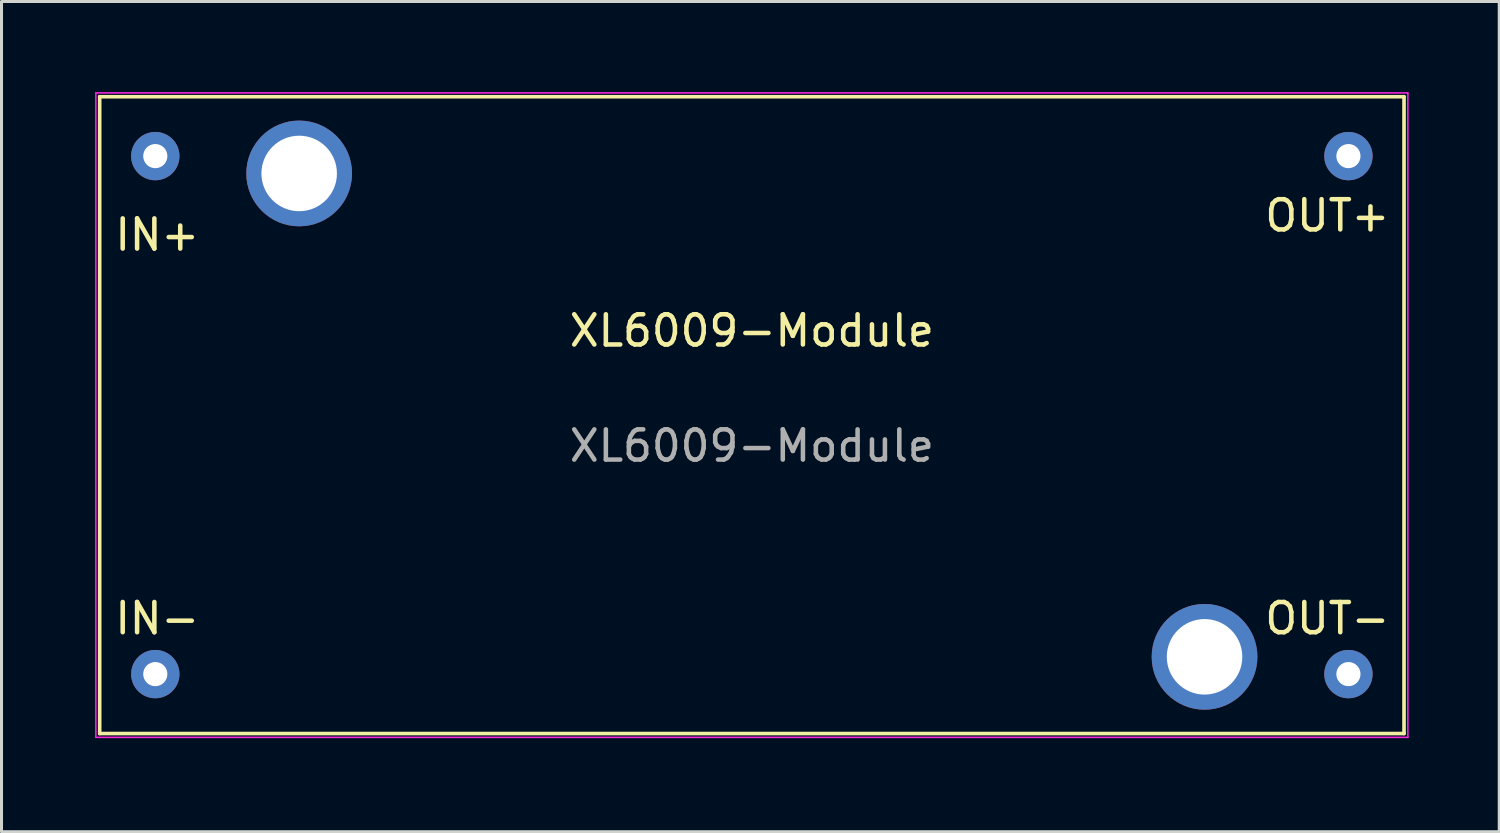
<source format=kicad_pcb>
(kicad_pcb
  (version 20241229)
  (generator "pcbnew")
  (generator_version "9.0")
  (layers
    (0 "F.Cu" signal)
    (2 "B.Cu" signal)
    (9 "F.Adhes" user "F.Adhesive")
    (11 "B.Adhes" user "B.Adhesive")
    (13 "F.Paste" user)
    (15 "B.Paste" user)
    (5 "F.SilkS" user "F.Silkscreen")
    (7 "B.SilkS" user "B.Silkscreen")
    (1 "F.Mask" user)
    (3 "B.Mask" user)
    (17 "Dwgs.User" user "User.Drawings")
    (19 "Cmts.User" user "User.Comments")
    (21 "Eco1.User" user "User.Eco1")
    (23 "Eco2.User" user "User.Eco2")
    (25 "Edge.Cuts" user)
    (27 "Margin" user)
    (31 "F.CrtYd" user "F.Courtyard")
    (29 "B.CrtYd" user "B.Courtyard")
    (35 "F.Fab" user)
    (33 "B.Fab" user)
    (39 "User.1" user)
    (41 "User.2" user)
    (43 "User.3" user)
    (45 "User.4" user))
  (footprint "XL6009-Module"
    (layer "F.Cu")
    (at 0.25 21.234)
    (property "Reference" "XL6009-Module" (at 21.59 -13.335 0) (unlocked yes) (layer "F.SilkS") (effects (font (size 1 1) (thickness 0.15))))
    (attr through_hole)
    (fp_line (start 0 -21.082) (end 43.18 -21.082) (stroke (width 0.12) (type solid)) (layer "F.SilkS"))
    (fp_line (start 0 0) (end 0 -21.082) (stroke (width 0.12) (type solid)) (layer "F.SilkS"))
    (fp_line (start 0 0) (end 43.18 0) (stroke (width 0.12) (type solid)) (layer "F.SilkS"))
    (fp_line (start 43.18 0) (end 43.18 -21.082) (stroke (width 0.12) (type solid)) (layer "F.SilkS"))
    (fp_line (start -0.127 -21.209) (end 43.307 -21.209) (stroke (width 0.05) (type solid)) (layer "F.CrtYd"))
    (fp_line (start -0.127 0.127) (end -0.127 -21.209) (stroke (width 0.05) (type solid)) (layer "F.CrtYd"))
    (fp_line (start 43.307 -21.209) (end 43.307 0.127) (stroke (width 0.05) (type solid)) (layer "F.CrtYd"))
    (fp_line (start 43.307 0.127) (end -0.127 0.127) (stroke (width 0.05) (type solid)) (layer "F.CrtYd"))
    (fp_text user "OUT+" (at 40.64 -17.145 0) (unlocked yes) (layer "F.SilkS") (effects (font (size 1 1) (thickness 0.15))))
    (fp_text user "IN-" (at 1.905 -3.81 0) (unlocked yes) (layer "F.SilkS") (effects (font (size 1 1) (thickness 0.15))))
    (fp_text user "IN+" (at 1.905 -16.51 0) (unlocked yes) (layer "F.SilkS") (effects (font (size 1 1) (thickness 0.15))))
    (fp_text user "OUT-" (at 40.64 -3.81 0) (unlocked yes) (layer "F.SilkS") (effects (font (size 1 1) (thickness 0.15))))
    (fp_text user "${REFERENCE}" (at 21.59 -9.525 0) (unlocked yes) (layer "F.Fab") (effects (font (size 1 1) (thickness 0.15))))
    (pad "1" thru_hole circle (at 1.841 -19.116) (size 1.6 1.6) (drill 0.8) (layers "*.Cu" "*.Mask"))
    (pad "2" thru_hole circle (at 1.841 -1.968) (size 1.6 1.6) (drill 0.8) (layers "*.Cu" "*.Mask"))
    (pad "3" thru_hole circle (at 41.339 -1.968) (size 1.6 1.6) (drill 0.8) (layers "*.Cu" "*.Mask"))
    (pad "4" thru_hole circle (at 41.339 -19.116) (size 1.6 1.6) (drill 0.8) (layers "*.Cu" "*.Mask"))
    (pad "5" thru_hole circle (at 6.604 -18.542) (size 3.5 3.5) (drill 2.5) (layers "*.Cu" "*.Mask"))
    (pad "6" thru_hole circle (at 36.576 -2.54) (size 3.5 3.5) (drill 2.5) (layers "*.Cu" "*.Mask")))
  (gr_rect
    (start -3 -3)
    (end 46.582 24.484)
    (stroke (width 0.1) (type default))
    (fill no)
    (layer "Edge.Cuts")))
</source>
